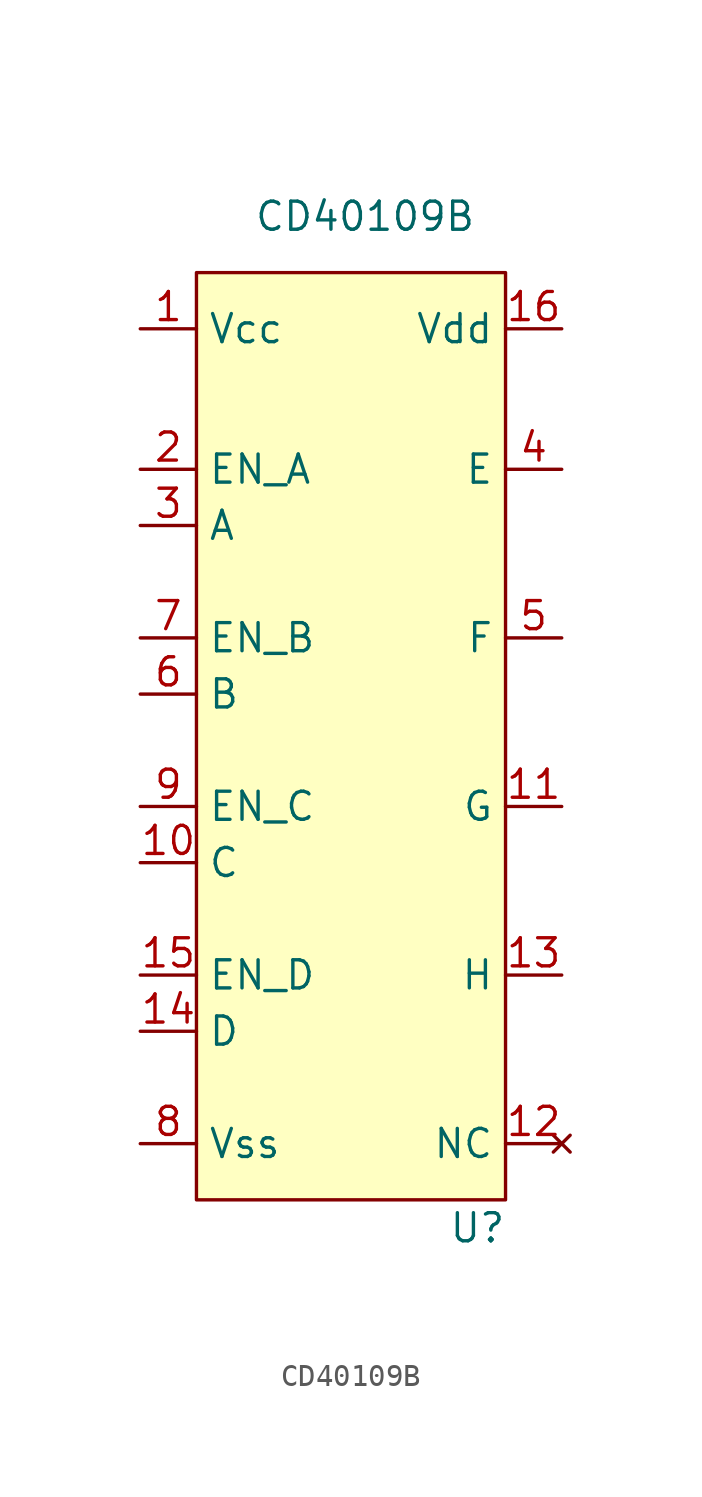
<source format=kicad_sym>
(kicad_symbol_lib
  (version 20211014)
  (generator kicad_symbol_editor)
  (symbol "CD40109B"
    (property "Reference" "U"
      (at 5.08 -22.86 0)
      (effects (font (size 1.27 1.27))))
    (property "Value" "CD40109B"
      (at 0 22.86 0)
      (effects (font (size 1.27 1.27))))
    (symbol "CD40109B_0_0"
      (pin power_in line (at -10.16 17.78 0) (length 2.54) (name "Vcc" (effects (font (size 1.27 1.27)))) (number "1" (effects (font (size 1.27 1.27)))))
      (pin input line (at -10.16 -6.35 0) (length 2.54) (name "C" (effects (font (size 1.27 1.27)))) (number "10" (effects (font (size 1.27 1.27)))))
      (pin output line (at 8.89 -3.81 180) (length 2.54) (name "G" (effects (font (size 1.27 1.27)))) (number "11" (effects (font (size 1.27 1.27)))))
      (pin no_connect line (at 8.89 -19.05 180) (length 2.54) (name "NC" (effects (font (size 1.27 1.27)))) (number "12" (effects (font (size 1.27 1.27)))))
      (pin output line (at 8.89 -11.43 180) (length 2.54) (name "H" (effects (font (size 1.27 1.27)))) (number "13" (effects (font (size 1.27 1.27)))))
      (pin input line (at -10.16 -13.97 0) (length 2.54) (name "D" (effects (font (size 1.27 1.27)))) (number "14" (effects (font (size 1.27 1.27)))))
      (pin input line (at -10.16 -11.43 0) (length 2.54) (name "EN_D" (effects (font (size 1.27 1.27)))) (number "15" (effects (font (size 1.27 1.27)))))
      (pin power_in line (at 8.89 17.78 180) (length 2.54) (name "Vdd" (effects (font (size 1.27 1.27)))) (number "16" (effects (font (size 1.27 1.27)))))
      (pin input line (at -10.16 11.43 0) (length 2.54) (name "EN_A" (effects (font (size 1.27 1.27)))) (number "2" (effects (font (size 1.27 1.27)))))
      (pin input line (at -10.16 8.89 0) (length 2.54) (name "A" (effects (font (size 1.27 1.27)))) (number "3" (effects (font (size 1.27 1.27)))))
      (pin output line (at 8.89 11.43 180) (length 2.54) (name "E" (effects (font (size 1.27 1.27)))) (number "4" (effects (font (size 1.27 1.27)))))
      (pin output line (at 8.89 3.81 180) (length 2.54) (name "F" (effects (font (size 1.27 1.27)))) (number "5" (effects (font (size 1.27 1.27)))))
      (pin input line (at -10.16 1.27 0) (length 2.54) (name "B" (effects (font (size 1.27 1.27)))) (number "6" (effects (font (size 1.27 1.27)))))
      (pin input line (at -10.16 3.81 0) (length 2.54) (name "EN_B" (effects (font (size 1.27 1.27)))) (number "7" (effects (font (size 1.27 1.27)))))
      (pin power_in line (at -10.16 -19.05 0) (length 2.54) (name "Vss" (effects (font (size 1.27 1.27)))) (number "8" (effects (font (size 1.27 1.27)))))
      (pin input line (at -10.16 -3.81 0) (length 2.54) (name "EN_C" (effects (font (size 1.27 1.27)))) (number "9" (effects (font (size 1.27 1.27))))))
    (symbol "CD40109B_0_1"
      (rectangle (start -7.62 20.32) (end 6.35 -21.59) (stroke (width 0) (type default) (color 0 0 0 0)) (fill (type background))))))
</source>
